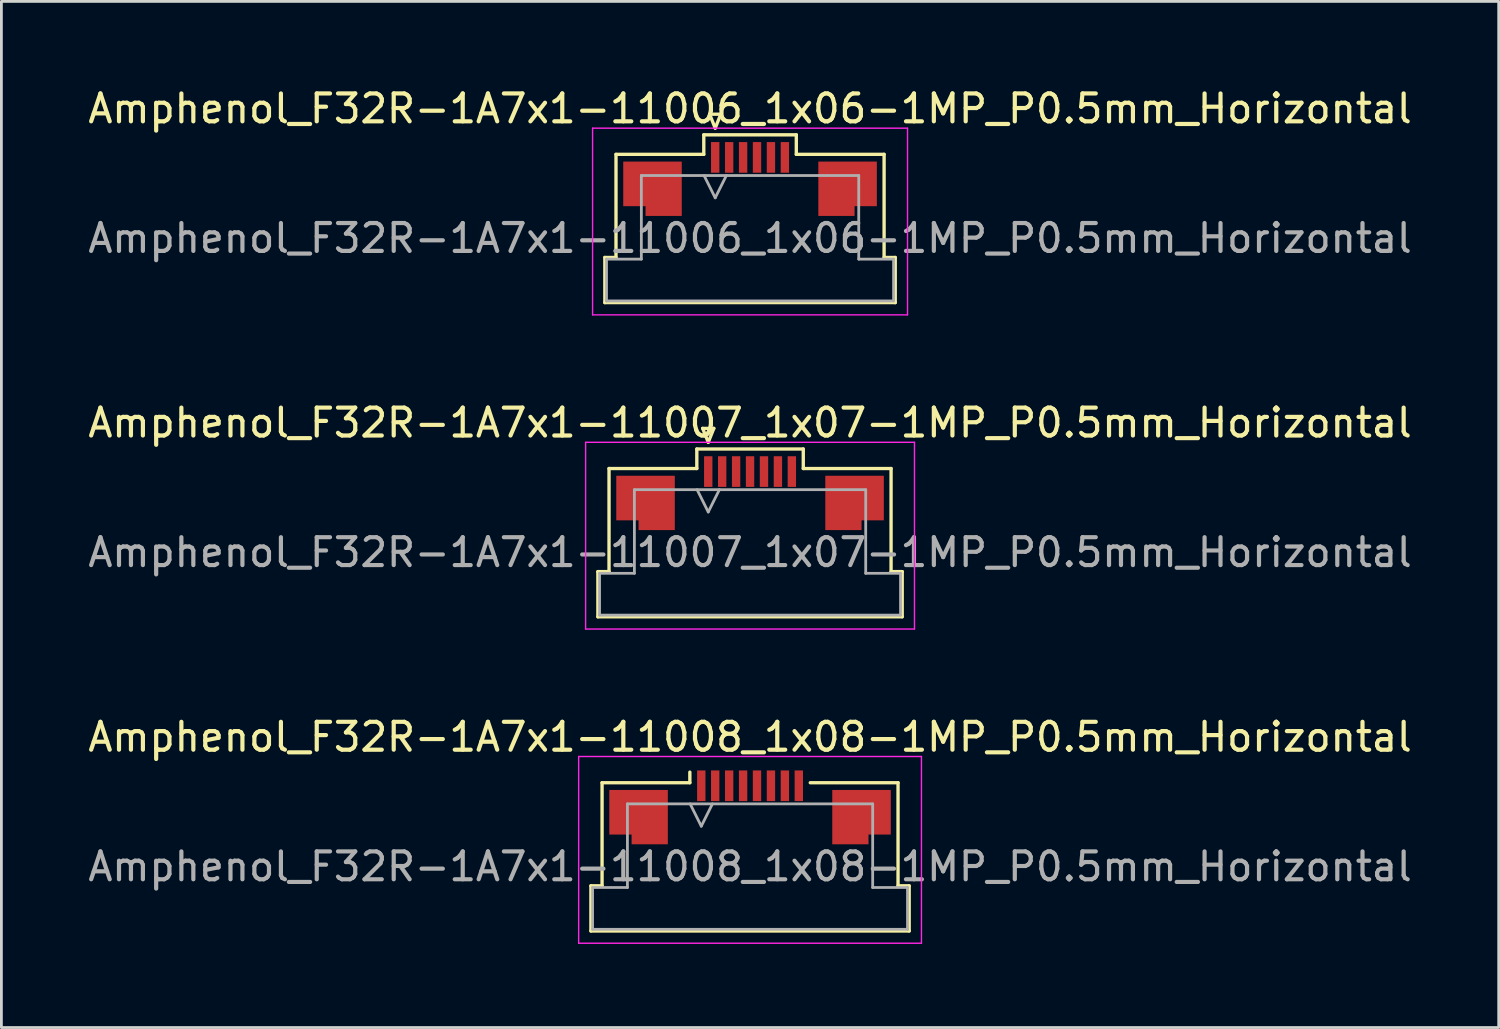
<source format=kicad_pcb>
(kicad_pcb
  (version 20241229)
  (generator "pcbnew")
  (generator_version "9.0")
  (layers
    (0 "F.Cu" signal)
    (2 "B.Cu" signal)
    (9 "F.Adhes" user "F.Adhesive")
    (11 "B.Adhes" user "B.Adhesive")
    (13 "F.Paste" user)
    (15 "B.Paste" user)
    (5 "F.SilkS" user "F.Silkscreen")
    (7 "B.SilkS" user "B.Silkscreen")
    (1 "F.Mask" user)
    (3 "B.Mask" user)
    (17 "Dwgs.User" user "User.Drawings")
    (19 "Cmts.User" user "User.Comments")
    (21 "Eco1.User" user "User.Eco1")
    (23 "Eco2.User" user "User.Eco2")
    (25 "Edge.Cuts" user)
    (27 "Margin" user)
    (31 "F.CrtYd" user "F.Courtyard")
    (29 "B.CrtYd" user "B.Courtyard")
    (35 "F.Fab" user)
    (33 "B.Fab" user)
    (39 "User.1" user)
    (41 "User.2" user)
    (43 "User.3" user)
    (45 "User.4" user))
  (footprint "Amphenol_F32R-1A7x1-11006_1x06-1MP_P0.5mm_Horizontal"
    (layer "F.Cu")
    (at 23.863 5.498)
    (property "Reference" "Amphenol_F32R-1A7x1-11006_1x06-1MP_P0.5mm_Horizontal" (at 0 -4.65 0) (layer "F.SilkS") (effects (font (size 1 1) (thickness 0.15))))
    (attr smd)
    (fp_line (start -5.21 0.69) (end -4.81 0.69) (stroke (width 0.12) (type solid)) (layer "F.SilkS"))
    (fp_line (start -5.21 2.31) (end -5.21 0.69) (stroke (width 0.12) (type solid)) (layer "F.SilkS"))
    (fp_line (start -4.81 -3.01) (end -1.66 -3.01) (stroke (width 0.12) (type solid)) (layer "F.SilkS"))
    (fp_line (start -4.81 0.69) (end -4.81 -3.01) (stroke (width 0.12) (type solid)) (layer "F.SilkS"))
    (fp_line (start -1.66 -3.71) (end 1.66 -3.71) (stroke (width 0.12) (type solid)) (layer "F.SilkS"))
    (fp_line (start -1.66 -3.01) (end -1.66 -3.71) (stroke (width 0.12) (type solid)) (layer "F.SilkS"))
    (fp_line (start -1.45 -4.45) (end -1.25 -3.95) (stroke (width 0.12) (type solid)) (layer "F.SilkS"))
    (fp_line (start -1.25 -3.95) (end -1.05 -4.45) (stroke (width 0.12) (type solid)) (layer "F.SilkS"))
    (fp_line (start -1.05 -4.45) (end -1.45 -4.45) (stroke (width 0.12) (type solid)) (layer "F.SilkS"))
    (fp_line (start 1.66 -3.71) (end 1.66 -3.01) (stroke (width 0.12) (type solid)) (layer "F.SilkS"))
    (fp_line (start 1.66 -3.01) (end 4.81 -3.01) (stroke (width 0.12) (type solid)) (layer "F.SilkS"))
    (fp_line (start 4.81 -3.01) (end 4.81 0.69) (stroke (width 0.12) (type solid)) (layer "F.SilkS"))
    (fp_line (start 4.81 0.69) (end 5.21 0.69) (stroke (width 0.12) (type solid)) (layer "F.SilkS"))
    (fp_line (start 5.21 0.69) (end 5.21 2.31) (stroke (width 0.12) (type solid)) (layer "F.SilkS"))
    (fp_line (start 5.21 2.31) (end -5.21 2.31) (stroke (width 0.12) (type solid)) (layer "F.SilkS"))
    (fp_line (start -5.65 -3.95) (end -5.65 2.75) (stroke (width 0.05) (type solid)) (layer "F.CrtYd"))
    (fp_line (start -5.65 2.75) (end 5.65 2.75) (stroke (width 0.05) (type solid)) (layer "F.CrtYd"))
    (fp_line (start 5.65 -3.95) (end -5.65 -3.95) (stroke (width 0.05) (type solid)) (layer "F.CrtYd"))
    (fp_line (start 5.65 2.75) (end 5.65 -3.95) (stroke (width 0.05) (type solid)) (layer "F.CrtYd"))
    (fp_line (start -5.15 0.75) (end -3.9 0.75) (stroke (width 0.1) (type solid)) (layer "F.Fab"))
    (fp_line (start -5.15 2.25) (end -5.15 0.75) (stroke (width 0.1) (type solid)) (layer "F.Fab"))
    (fp_line (start -3.9 -2.25) (end 3.9 -2.25) (stroke (width 0.1) (type solid)) (layer "F.Fab"))
    (fp_line (start -3.9 0.75) (end -3.9 -2.25) (stroke (width 0.1) (type solid)) (layer "F.Fab"))
    (fp_line (start -1.65 -2.25) (end -1.25 -1.45) (stroke (width 0.1) (type solid)) (layer "F.Fab"))
    (fp_line (start -1.25 -1.45) (end -0.85 -2.25) (stroke (width 0.1) (type solid)) (layer "F.Fab"))
    (fp_line (start 3.9 -2.25) (end 3.9 0.75) (stroke (width 0.1) (type solid)) (layer "F.Fab"))
    (fp_line (start 3.9 0.75) (end 5.15 0.75) (stroke (width 0.1) (type solid)) (layer "F.Fab"))
    (fp_line (start 5.15 0.75) (end 5.15 2.25) (stroke (width 0.1) (type solid)) (layer "F.Fab"))
    (fp_line (start 5.15 2.25) (end -5.15 2.25) (stroke (width 0.1) (type solid)) (layer "F.Fab"))
    (fp_text user "${REFERENCE}" (at 0 0 0) (layer "F.Fab") (effects (font (size 1 1) (thickness 0.15))))
    (pad "1" smd rect (at -1.25 -2.9) (size 0.3 1.1) (layers "F.Cu" "F.Mask" "F.Paste"))
    (pad "2" smd rect (at -0.75 -2.9) (size 0.3 1.1) (layers "F.Cu" "F.Mask" "F.Paste"))
    (pad "3" smd rect (at -0.25 -2.9) (size 0.3 1.1) (layers "F.Cu" "F.Mask" "F.Paste"))
    (pad "4" smd rect (at 0.25 -2.9) (size 0.3 1.1) (layers "F.Cu" "F.Mask" "F.Paste"))
    (pad "5" smd rect (at 0.75 -2.9) (size 0.3 1.1) (layers "F.Cu" "F.Mask" "F.Paste"))
    (pad "6" smd rect (at 1.25 -2.9) (size 0.3 1.1) (layers "F.Cu" "F.Mask" "F.Paste"))
    (pad "MP" smd custom (at -3.5 -1.775) (size 1 1) (layers "F.Cu" "F.Mask" "F.Paste") (options (anchor circle)) (primitives (gr_poly (pts (xy 1.05 -0.975) (xy 1.05 0.975) (xy -0.25 0.975) (xy -0.25 0.625) (xy -1.05 0.625) (xy -1.05 -0.975) (xy 1.05 -0.975)) (width 0) (fill yes))))
    (pad "MP" smd custom (at 3.5 -1.775) (size 1 1) (layers "F.Cu" "F.Mask" "F.Paste") (options (anchor circle)) (primitives (gr_poly (pts (xy -1.05 -0.975) (xy -1.05 0.975) (xy 0.25 0.975) (xy 0.25 0.625) (xy 1.05 0.625) (xy 1.05 -0.975) (xy -1.05 -0.975)) (width 0) (fill yes)))))
  (footprint "Amphenol_F32R-1A7x1-11007_1x07-1MP_P0.5mm_Horizontal"
    (layer "F.Cu")
    (at 23.863 16.771)
    (property "Reference" "Amphenol_F32R-1A7x1-11007_1x07-1MP_P0.5mm_Horizontal" (at 0 -4.65 0) (layer "F.SilkS") (effects (font (size 1 1) (thickness 0.15))))
    (attr smd)
    (fp_line (start -5.46 0.69) (end -5.06 0.69) (stroke (width 0.12) (type solid)) (layer "F.SilkS"))
    (fp_line (start -5.46 2.31) (end -5.46 0.69) (stroke (width 0.12) (type solid)) (layer "F.SilkS"))
    (fp_line (start -5.06 -3.01) (end -1.91 -3.01) (stroke (width 0.12) (type solid)) (layer "F.SilkS"))
    (fp_line (start -5.06 0.69) (end -5.06 -3.01) (stroke (width 0.12) (type solid)) (layer "F.SilkS"))
    (fp_line (start -1.91 -3.71) (end 1.91 -3.71) (stroke (width 0.12) (type solid)) (layer "F.SilkS"))
    (fp_line (start -1.91 -3.01) (end -1.91 -3.71) (stroke (width 0.12) (type solid)) (layer "F.SilkS"))
    (fp_line (start -1.7 -4.45) (end -1.5 -3.95) (stroke (width 0.12) (type solid)) (layer "F.SilkS"))
    (fp_line (start -1.5 -3.95) (end -1.3 -4.45) (stroke (width 0.12) (type solid)) (layer "F.SilkS"))
    (fp_line (start -1.3 -4.45) (end -1.7 -4.45) (stroke (width 0.12) (type solid)) (layer "F.SilkS"))
    (fp_line (start 1.91 -3.71) (end 1.91 -3.01) (stroke (width 0.12) (type solid)) (layer "F.SilkS"))
    (fp_line (start 1.91 -3.01) (end 5.06 -3.01) (stroke (width 0.12) (type solid)) (layer "F.SilkS"))
    (fp_line (start 5.06 -3.01) (end 5.06 0.69) (stroke (width 0.12) (type solid)) (layer "F.SilkS"))
    (fp_line (start 5.06 0.69) (end 5.46 0.69) (stroke (width 0.12) (type solid)) (layer "F.SilkS"))
    (fp_line (start 5.46 0.69) (end 5.46 2.31) (stroke (width 0.12) (type solid)) (layer "F.SilkS"))
    (fp_line (start 5.46 2.31) (end -5.46 2.31) (stroke (width 0.12) (type solid)) (layer "F.SilkS"))
    (fp_line (start -5.9 -3.95) (end -5.9 2.75) (stroke (width 0.05) (type solid)) (layer "F.CrtYd"))
    (fp_line (start -5.9 2.75) (end 5.9 2.75) (stroke (width 0.05) (type solid)) (layer "F.CrtYd"))
    (fp_line (start 5.9 -3.95) (end -5.9 -3.95) (stroke (width 0.05) (type solid)) (layer "F.CrtYd"))
    (fp_line (start 5.9 2.75) (end 5.9 -3.95) (stroke (width 0.05) (type solid)) (layer "F.CrtYd"))
    (fp_line (start -5.4 0.75) (end -4.15 0.75) (stroke (width 0.1) (type solid)) (layer "F.Fab"))
    (fp_line (start -5.4 2.25) (end -5.4 0.75) (stroke (width 0.1) (type solid)) (layer "F.Fab"))
    (fp_line (start -4.15 -2.25) (end 4.15 -2.25) (stroke (width 0.1) (type solid)) (layer "F.Fab"))
    (fp_line (start -4.15 0.75) (end -4.15 -2.25) (stroke (width 0.1) (type solid)) (layer "F.Fab"))
    (fp_line (start -1.9 -2.25) (end -1.5 -1.45) (stroke (width 0.1) (type solid)) (layer "F.Fab"))
    (fp_line (start -1.5 -1.45) (end -1.1 -2.25) (stroke (width 0.1) (type solid)) (layer "F.Fab"))
    (fp_line (start 4.15 -2.25) (end 4.15 0.75) (stroke (width 0.1) (type solid)) (layer "F.Fab"))
    (fp_line (start 4.15 0.75) (end 5.4 0.75) (stroke (width 0.1) (type solid)) (layer "F.Fab"))
    (fp_line (start 5.4 0.75) (end 5.4 2.25) (stroke (width 0.1) (type solid)) (layer "F.Fab"))
    (fp_line (start 5.4 2.25) (end -5.4 2.25) (stroke (width 0.1) (type solid)) (layer "F.Fab"))
    (fp_text user "${REFERENCE}" (at 0 0 0) (layer "F.Fab") (effects (font (size 1 1) (thickness 0.15))))
    (pad "1" smd rect (at -1.5 -2.9) (size 0.3 1.1) (layers "F.Cu" "F.Mask" "F.Paste"))
    (pad "2" smd rect (at -1 -2.9) (size 0.3 1.1) (layers "F.Cu" "F.Mask" "F.Paste"))
    (pad "3" smd rect (at -0.5 -2.9) (size 0.3 1.1) (layers "F.Cu" "F.Mask" "F.Paste"))
    (pad "4" smd rect (at 0 -2.9) (size 0.3 1.1) (layers "F.Cu" "F.Mask" "F.Paste"))
    (pad "5" smd rect (at 0.5 -2.9) (size 0.3 1.1) (layers "F.Cu" "F.Mask" "F.Paste"))
    (pad "6" smd rect (at 1 -2.9) (size 0.3 1.1) (layers "F.Cu" "F.Mask" "F.Paste"))
    (pad "7" smd rect (at 1.5 -2.9) (size 0.3 1.1) (layers "F.Cu" "F.Mask" "F.Paste"))
    (pad "MP" smd custom (at -3.75 -1.775) (size 1 1) (layers "F.Cu" "F.Mask" "F.Paste") (options (anchor circle)) (primitives (gr_poly (pts (xy 1.05 -0.975) (xy 1.05 0.975) (xy -0.25 0.975) (xy -0.25 0.625) (xy -1.05 0.625) (xy -1.05 -0.975) (xy 1.05 -0.975)) (width 0) (fill yes))))
    (pad "MP" smd custom (at 3.75 -1.775) (size 1 1) (layers "F.Cu" "F.Mask" "F.Paste") (options (anchor circle)) (primitives (gr_poly (pts (xy -1.05 -0.975) (xy -1.05 0.975) (xy 0.25 0.975) (xy 0.25 0.625) (xy 1.05 0.625) (xy 1.05 -0.975) (xy -1.05 -0.975)) (width 0) (fill yes)))))
  (footprint "Amphenol_F32R-1A7x1-11008_1x08-1MP_P0.5mm_Horizontal"
    (layer "F.Cu")
    (at 23.863 28.045)
    (property "Reference" "Amphenol_F32R-1A7x1-11008_1x08-1MP_P0.5mm_Horizontal" (at 0 -4.65 0) (layer "F.SilkS") (effects (font (size 1 1) (thickness 0.15))))
    (attr smd)
    (fp_line (start -5.71 0.69) (end -5.31 0.69) (stroke (width 0.12) (type solid)) (layer "F.SilkS"))
    (fp_line (start -5.71 2.31) (end -5.71 0.69) (stroke (width 0.12) (type solid)) (layer "F.SilkS"))
    (fp_line (start -5.31 -3.01) (end -2.16 -3.01) (stroke (width 0.12) (type solid)) (layer "F.SilkS"))
    (fp_line (start -5.31 0.69) (end -5.31 -3.01) (stroke (width 0.12) (type solid)) (layer "F.SilkS"))
    (fp_line (start -2.16 -3.01) (end -2.16 -3.39) (stroke (width 0.12) (type solid)) (layer "F.SilkS"))
    (fp_line (start 2.16 -3.01) (end 5.31 -3.01) (stroke (width 0.12) (type solid)) (layer "F.SilkS"))
    (fp_line (start 5.31 -3.01) (end 5.31 0.69) (stroke (width 0.12) (type solid)) (layer "F.SilkS"))
    (fp_line (start 5.31 0.69) (end 5.71 0.69) (stroke (width 0.12) (type solid)) (layer "F.SilkS"))
    (fp_line (start 5.71 0.69) (end 5.71 2.31) (stroke (width 0.12) (type solid)) (layer "F.SilkS"))
    (fp_line (start 5.71 2.31) (end -5.71 2.31) (stroke (width 0.12) (type solid)) (layer "F.SilkS"))
    (fp_line (start -6.15 -3.95) (end -6.15 2.75) (stroke (width 0.05) (type solid)) (layer "F.CrtYd"))
    (fp_line (start -6.15 2.75) (end 6.15 2.75) (stroke (width 0.05) (type solid)) (layer "F.CrtYd"))
    (fp_line (start 6.15 -3.95) (end -6.15 -3.95) (stroke (width 0.05) (type solid)) (layer "F.CrtYd"))
    (fp_line (start 6.15 2.75) (end 6.15 -3.95) (stroke (width 0.05) (type solid)) (layer "F.CrtYd"))
    (fp_line (start -5.65 0.75) (end -4.4 0.75) (stroke (width 0.1) (type solid)) (layer "F.Fab"))
    (fp_line (start -5.65 2.25) (end -5.65 0.75) (stroke (width 0.1) (type solid)) (layer "F.Fab"))
    (fp_line (start -4.4 -2.25) (end 4.4 -2.25) (stroke (width 0.1) (type solid)) (layer "F.Fab"))
    (fp_line (start -4.4 0.75) (end -4.4 -2.25) (stroke (width 0.1) (type solid)) (layer "F.Fab"))
    (fp_line (start -2.15 -2.25) (end -1.75 -1.45) (stroke (width 0.1) (type solid)) (layer "F.Fab"))
    (fp_line (start -1.75 -1.45) (end -1.35 -2.25) (stroke (width 0.1) (type solid)) (layer "F.Fab"))
    (fp_line (start 4.4 -2.25) (end 4.4 0.75) (stroke (width 0.1) (type solid)) (layer "F.Fab"))
    (fp_line (start 4.4 0.75) (end 5.65 0.75) (stroke (width 0.1) (type solid)) (layer "F.Fab"))
    (fp_line (start 5.65 0.75) (end 5.65 2.25) (stroke (width 0.1) (type solid)) (layer "F.Fab"))
    (fp_line (start 5.65 2.25) (end -5.65 2.25) (stroke (width 0.1) (type solid)) (layer "F.Fab"))
    (fp_text user "${REFERENCE}" (at 0 0 0) (layer "F.Fab") (effects (font (size 1 1) (thickness 0.15))))
    (pad "1" smd rect (at -1.75 -2.9) (size 0.3 1.1) (layers "F.Cu" "F.Mask" "F.Paste"))
    (pad "2" smd rect (at -1.25 -2.9) (size 0.3 1.1) (layers "F.Cu" "F.Mask" "F.Paste"))
    (pad "3" smd rect (at -0.75 -2.9) (size 0.3 1.1) (layers "F.Cu" "F.Mask" "F.Paste"))
    (pad "4" smd rect (at -0.25 -2.9) (size 0.3 1.1) (layers "F.Cu" "F.Mask" "F.Paste"))
    (pad "5" smd rect (at 0.25 -2.9) (size 0.3 1.1) (layers "F.Cu" "F.Mask" "F.Paste"))
    (pad "6" smd rect (at 0.75 -2.9) (size 0.3 1.1) (layers "F.Cu" "F.Mask" "F.Paste"))
    (pad "7" smd rect (at 1.25 -2.9) (size 0.3 1.1) (layers "F.Cu" "F.Mask" "F.Paste"))
    (pad "8" smd rect (at 1.75 -2.9) (size 0.3 1.1) (layers "F.Cu" "F.Mask" "F.Paste"))
    (pad "MP" smd custom (at -4 -1.775) (size 1 1) (layers "F.Cu" "F.Mask" "F.Paste") (options (anchor circle)) (primitives (gr_poly (pts (xy 1.05 -0.975) (xy 1.05 0.975) (xy -0.25 0.975) (xy -0.25 0.625) (xy -1.05 0.625) (xy -1.05 -0.975) (xy 1.05 -0.975)) (width 0) (fill yes))))
    (pad "MP" smd custom (at 4 -1.775) (size 1 1) (layers "F.Cu" "F.Mask" "F.Paste") (options (anchor circle)) (primitives (gr_poly (pts (xy -1.05 -0.975) (xy -1.05 0.975) (xy 0.25 0.975) (xy 0.25 0.625) (xy 1.05 0.625) (xy 1.05 -0.975) (xy -1.05 -0.975)) (width 0) (fill yes)))))
  (gr_rect
    (start -3 -3)
    (end 50.726 33.82)
    (stroke (width 0.1) (type default))
    (fill no)
    (layer "Edge.Cuts")))
</source>
